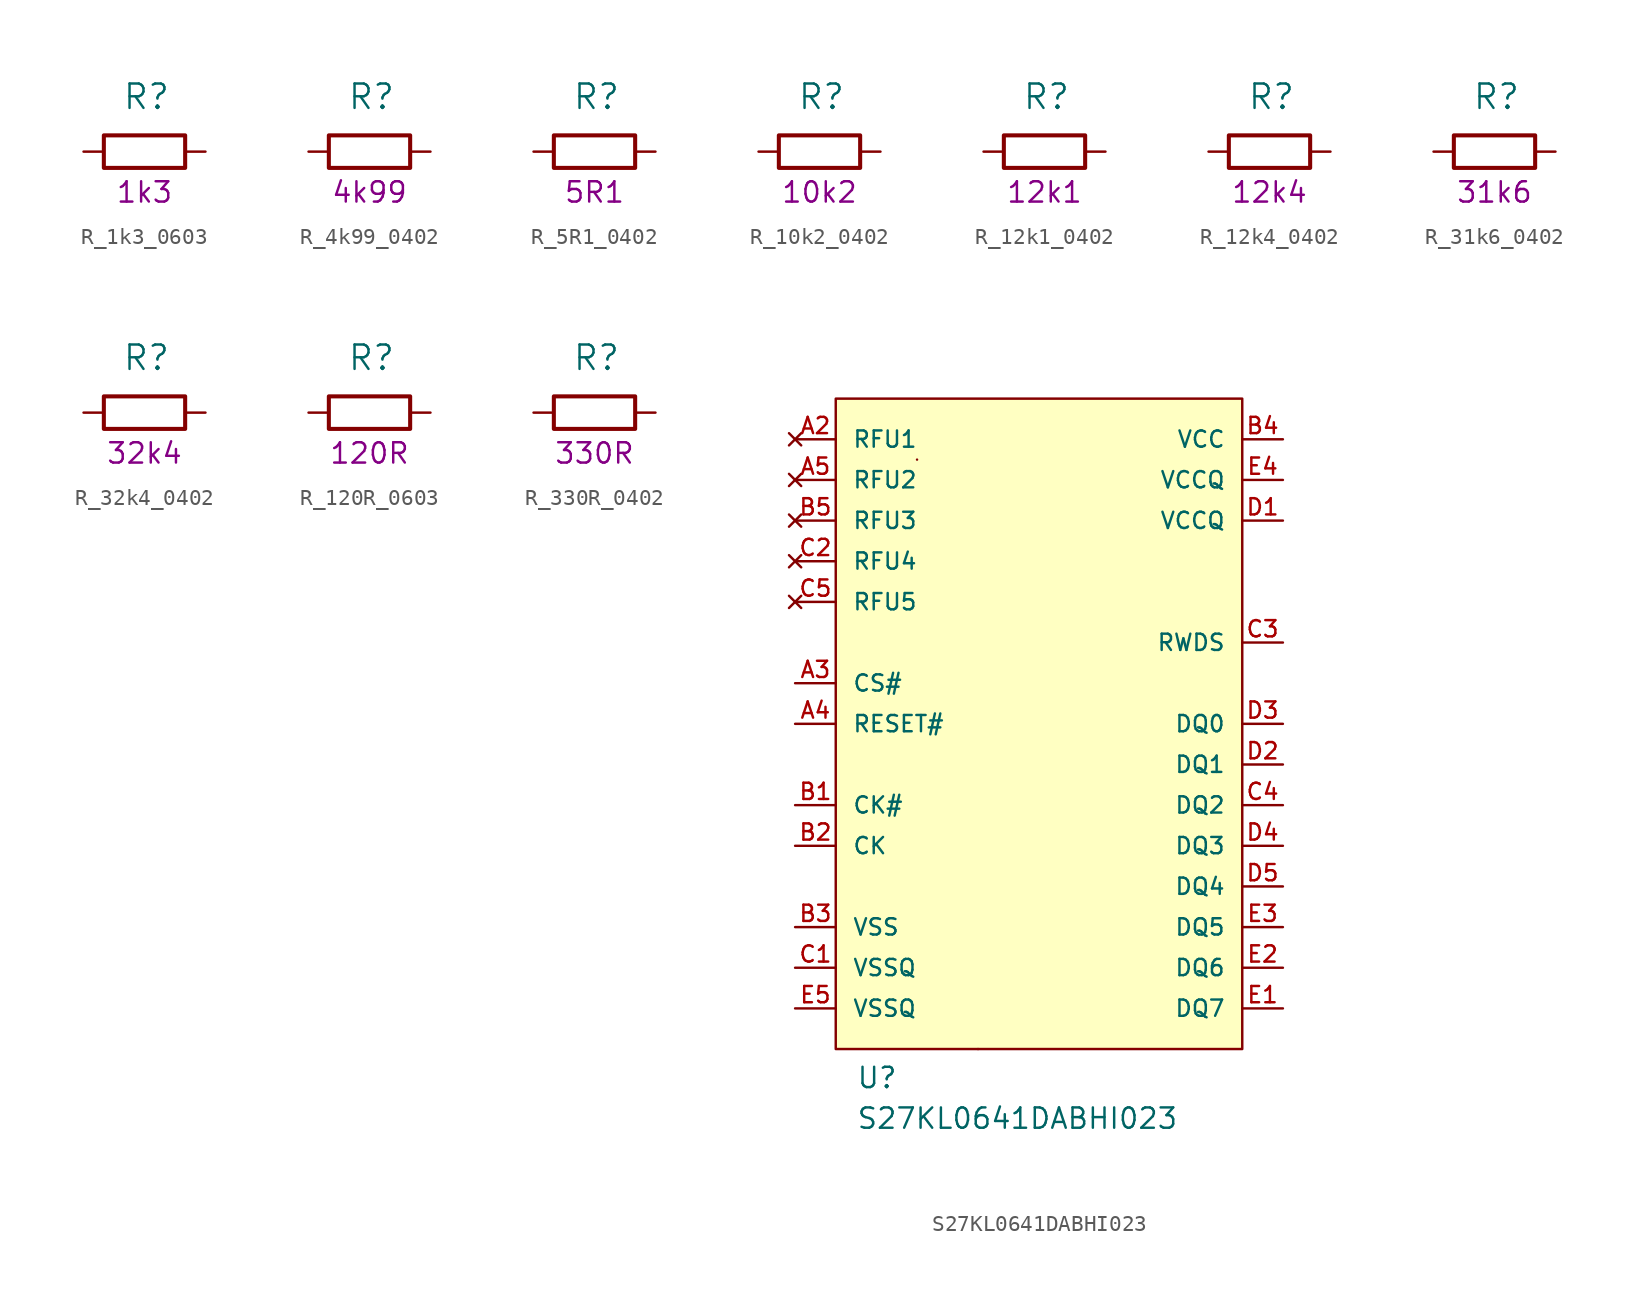
<source format=kicad_sym>
(kicad_symbol_lib
  (version 20211014)
  (generator kicad_symbol_editor)
  (symbol "R_1k3_0603"
    (pin_names
      (offset 0))
    (property "Reference" "R"
      (at -1.397 3.429 0)
      (effects (font (size 1.524 1.524)) (justify left)))
    (property "Val" "1k3"
      (at 0 -2.54 0)
      (effects (font (size 1.27 1.27))))
    (symbol "R_1k3_0603_1_1"
      (rectangle (start 2.54 -1.016) (end -2.54 1.016) (stroke (width 0.254) (type default) (color 0 0 0 0)) (fill (type none)))
      (pin passive line (at -3.81 0 0) (length 1.27) (name "~" (effects (font (size 0 0)))) (number "1" (effects (font (size 0 0)))))
      (pin passive line (at 3.81 0 180) (length 1.27) (name "~" (effects (font (size 0 0)))) (number "2" (effects (font (size 0 0)))))))
  (symbol "R_4k99_0402"
    (pin_names
      (offset 0))
    (property "Reference" "R"
      (at -1.397 3.429 0)
      (effects (font (size 1.524 1.524)) (justify left)))
    (property "Val" "4k99"
      (at 0 -2.54 0)
      (effects (font (size 1.27 1.27))))
    (symbol "R_4k99_0402_1_1"
      (rectangle (start 2.54 -1.016) (end -2.54 1.016) (stroke (width 0.254) (type default) (color 0 0 0 0)) (fill (type none)))
      (pin passive line (at -3.81 0 0) (length 1.27) (name "~" (effects (font (size 0 0)))) (number "1" (effects (font (size 0 0)))))
      (pin passive line (at 3.81 0 180) (length 1.27) (name "~" (effects (font (size 0 0)))) (number "2" (effects (font (size 0 0)))))))
  (symbol "R_5R1_0402"
    (pin_names
      (offset 0))
    (property "Reference" "R"
      (at -1.397 3.429 0)
      (effects (font (size 1.524 1.524)) (justify left)))
    (property "Val" "5R1"
      (at 0 -2.54 0)
      (effects (font (size 1.27 1.27))))
    (symbol "R_5R1_0402_1_1"
      (rectangle (start 2.54 -1.016) (end -2.54 1.016) (stroke (width 0.254) (type default) (color 0 0 0 0)) (fill (type none)))
      (pin passive line (at -3.81 0 0) (length 1.27) (name "~" (effects (font (size 0 0)))) (number "1" (effects (font (size 0 0)))))
      (pin passive line (at 3.81 0 180) (length 1.27) (name "~" (effects (font (size 0 0)))) (number "2" (effects (font (size 0 0)))))))
  (symbol "R_10k2_0402"
    (pin_names
      (offset 0))
    (property "Reference" "R"
      (at -1.397 3.429 0)
      (effects (font (size 1.524 1.524)) (justify left)))
    (property "Val" "10k2"
      (at 0 -2.54 0)
      (effects (font (size 1.27 1.27))))
    (symbol "R_10k2_0402_1_1"
      (rectangle (start 2.54 -1.016) (end -2.54 1.016) (stroke (width 0.254) (type default) (color 0 0 0 0)) (fill (type none)))
      (pin passive line (at -3.81 0 0) (length 1.27) (name "~" (effects (font (size 0 0)))) (number "1" (effects (font (size 0 0)))))
      (pin passive line (at 3.81 0 180) (length 1.27) (name "~" (effects (font (size 0 0)))) (number "2" (effects (font (size 0 0)))))))
  (symbol "R_12k1_0402"
    (pin_names
      (offset 0))
    (property "Reference" "R"
      (at -1.397 3.429 0)
      (effects (font (size 1.524 1.524)) (justify left)))
    (property "Val" "12k1"
      (at 0 -2.54 0)
      (effects (font (size 1.27 1.27))))
    (symbol "R_12k1_0402_1_1"
      (rectangle (start 2.54 -1.016) (end -2.54 1.016) (stroke (width 0.254) (type default) (color 0 0 0 0)) (fill (type none)))
      (pin passive line (at -3.81 0 0) (length 1.27) (name "~" (effects (font (size 0 0)))) (number "1" (effects (font (size 0 0)))))
      (pin passive line (at 3.81 0 180) (length 1.27) (name "~" (effects (font (size 0 0)))) (number "2" (effects (font (size 0 0)))))))
  (symbol "R_12k4_0402"
    (pin_names
      (offset 0))
    (property "Reference" "R"
      (at -1.397 3.429 0)
      (effects (font (size 1.524 1.524)) (justify left)))
    (property "Val" "12k4"
      (at 0 -2.54 0)
      (effects (font (size 1.27 1.27))))
    (symbol "R_12k4_0402_1_1"
      (rectangle (start 2.54 -1.016) (end -2.54 1.016) (stroke (width 0.254) (type default) (color 0 0 0 0)) (fill (type none)))
      (pin passive line (at -3.81 0 0) (length 1.27) (name "~" (effects (font (size 0 0)))) (number "1" (effects (font (size 0 0)))))
      (pin passive line (at 3.81 0 180) (length 1.27) (name "~" (effects (font (size 0 0)))) (number "2" (effects (font (size 0 0)))))))
  (symbol "R_31k6_0402"
    (pin_names
      (offset 0))
    (property "Reference" "R"
      (at -1.397 3.429 0)
      (effects (font (size 1.524 1.524)) (justify left)))
    (property "Val" "31k6"
      (at 0 -2.54 0)
      (effects (font (size 1.27 1.27))))
    (symbol "R_31k6_0402_1_1"
      (rectangle (start 2.54 -1.016) (end -2.54 1.016) (stroke (width 0.254) (type default) (color 0 0 0 0)) (fill (type none)))
      (pin passive line (at -3.81 0 0) (length 1.27) (name "~" (effects (font (size 0 0)))) (number "1" (effects (font (size 0 0)))))
      (pin passive line (at 3.81 0 180) (length 1.27) (name "~" (effects (font (size 0 0)))) (number "2" (effects (font (size 0 0)))))))
  (symbol "R_32k4_0402"
    (pin_names
      (offset 0))
    (property "Reference" "R"
      (at -1.397 3.429 0)
      (effects (font (size 1.524 1.524)) (justify left)))
    (property "Val" "32k4"
      (at 0 -2.54 0)
      (effects (font (size 1.27 1.27))))
    (symbol "R_32k4_0402_1_1"
      (rectangle (start 2.54 -1.016) (end -2.54 1.016) (stroke (width 0.254) (type default) (color 0 0 0 0)) (fill (type none)))
      (pin passive line (at -3.81 0 0) (length 1.27) (name "~" (effects (font (size 0 0)))) (number "1" (effects (font (size 0 0)))))
      (pin passive line (at 3.81 0 180) (length 1.27) (name "~" (effects (font (size 0 0)))) (number "2" (effects (font (size 0 0)))))))
  (symbol "R_120R_0603"
    (pin_names
      (offset 0))
    (property "Reference" "R"
      (at -1.397 3.429 0)
      (effects (font (size 1.524 1.524)) (justify left)))
    (property "Val" "120R"
      (at 0 -2.54 0)
      (effects (font (size 1.27 1.27))))
    (symbol "R_120R_0603_1_1"
      (rectangle (start 2.54 -1.016) (end -2.54 1.016) (stroke (width 0.254) (type default) (color 0 0 0 0)) (fill (type none)))
      (pin passive line (at -3.81 0 0) (length 1.27) (name "~" (effects (font (size 0 0)))) (number "1" (effects (font (size 0 0)))))
      (pin passive line (at 3.81 0 180) (length 1.27) (name "~" (effects (font (size 0 0)))) (number "2" (effects (font (size 0 0)))))))
  (symbol "R_330R_0402"
    (pin_names
      (offset 0))
    (property "Reference" "R"
      (at -1.397 3.429 0)
      (effects (font (size 1.524 1.524)) (justify left)))
    (property "Val" "330R"
      (at 0 -2.54 0)
      (effects (font (size 1.27 1.27))))
    (symbol "R_330R_0402_1_1"
      (rectangle (start 2.54 -1.016) (end -2.54 1.016) (stroke (width 0.254) (type default) (color 0 0 0 0)) (fill (type none)))
      (pin passive line (at -3.81 0 0) (length 1.27) (name "~" (effects (font (size 0 0)))) (number "1" (effects (font (size 0 0)))))
      (pin passive line (at 3.81 0 180) (length 1.27) (name "~" (effects (font (size 0 0)))) (number "2" (effects (font (size 0 0)))))))
  (symbol "S27KL0641DABHI023"
    (pin_names
      (offset 1.016))
    (property "Reference" "U"
      (at -11.43 -22.86 0)
      (effects (font (size 1.27 1.27)) (justify left bottom)))
    (property "Value" "S27KL0641DABHI023"
      (at -11.43 -25.4 0)
      (effects (font (size 1.27 1.27)) (justify left bottom)))
    (symbol "S27KL0641DABHI023_0_0"
      (pin power_in line (at -15.24 -12.7 0) (length 2.54) (name "VSS" (effects (font (size 1.016 1.016)))) (number "B3" (effects (font (size 1.016 1.016)))))
      (pin power_in line (at 15.24 17.78 180) (length 2.54) (name "VCC" (effects (font (size 1.016 1.016)))) (number "B4" (effects (font (size 1.016 1.016)))))
      (pin no_connect line (at -15.24 12.7 0) (length 2.54) (name "RFU3" (effects (font (size 1.016 1.016)))) (number "B5" (effects (font (size 1.016 1.016)))))
      (pin power_in line (at -15.24 -15.24 0) (length 2.54) (name "VSSQ" (effects (font (size 1.016 1.016)))) (number "C1" (effects (font (size 1.016 1.016)))))
      (pin no_connect line (at -15.24 10.16 0) (length 2.54) (name "RFU4" (effects (font (size 1.016 1.016)))) (number "C2" (effects (font (size 1.016 1.016)))))
      (pin bidirectional line (at 15.24 5.08 180) (length 2.54) (name "RWDS" (effects (font (size 1.016 1.016)))) (number "C3" (effects (font (size 1.016 1.016)))))
      (pin bidirectional line (at 15.24 -5.08 180) (length 2.54) (name "DQ2" (effects (font (size 1.016 1.016)))) (number "C4" (effects (font (size 1.016 1.016)))))
      (pin no_connect line (at -15.24 7.62 0) (length 2.54) (name "RFU5" (effects (font (size 1.016 1.016)))) (number "C5" (effects (font (size 1.016 1.016)))))
      (pin power_in line (at 15.24 12.7 180) (length 2.54) (name "VCCQ" (effects (font (size 1.016 1.016)))) (number "D1" (effects (font (size 1.016 1.016)))))
      (pin bidirectional line (at 15.24 -2.54 180) (length 2.54) (name "DQ1" (effects (font (size 1.016 1.016)))) (number "D2" (effects (font (size 1.016 1.016)))))
      (pin bidirectional line (at 15.24 0 180) (length 2.54) (name "DQ0" (effects (font (size 1.016 1.016)))) (number "D3" (effects (font (size 1.016 1.016)))))
      (pin bidirectional line (at 15.24 -7.62 180) (length 2.54) (name "DQ3" (effects (font (size 1.016 1.016)))) (number "D4" (effects (font (size 1.016 1.016)))))
      (pin bidirectional line (at 15.24 -10.16 180) (length 2.54) (name "DQ4" (effects (font (size 1.016 1.016)))) (number "D5" (effects (font (size 1.016 1.016)))))
      (pin bidirectional line (at 15.24 -17.78 180) (length 2.54) (name "DQ7" (effects (font (size 1.016 1.016)))) (number "E1" (effects (font (size 1.016 1.016)))))
      (pin bidirectional line (at 15.24 -15.24 180) (length 2.54) (name "DQ6" (effects (font (size 1.016 1.016)))) (number "E2" (effects (font (size 1.016 1.016)))))
      (pin bidirectional line (at 15.24 -12.7 180) (length 2.54) (name "DQ5" (effects (font (size 1.016 1.016)))) (number "E3" (effects (font (size 1.016 1.016)))))
      (pin power_in line (at 15.24 15.24 180) (length 2.54) (name "VCCQ" (effects (font (size 1.016 1.016)))) (number "E4" (effects (font (size 1.016 1.016)))))
      (pin power_in line (at -15.24 -17.78 0) (length 2.54) (name "VSSQ" (effects (font (size 1.016 1.016)))) (number "E5" (effects (font (size 1.016 1.016))))))
    (symbol "S27KL0641DABHI023_0_1"
      (rectangle (start -12.7 20.32) (end 12.7 -20.32) (stroke (width 0) (type default) (color 0 0 0 0)) (fill (type background)))
      (rectangle (start -7.62 16.51) (end -7.62 16.51) (stroke (width 0) (type default) (color 0 0 0 0)) (fill (type none)))
      (rectangle (start -3.81 -20.32) (end -3.81 -20.32) (stroke (width 0) (type default) (color 0 0 0 0)) (fill (type none))))
    (symbol "S27KL0641DABHI023_1_1"
      (pin no_connect line (at -15.24 17.78 0) (length 2.54) (name "RFU1" (effects (font (size 1.016 1.016)))) (number "A2" (effects (font (size 1.016 1.016)))))
      (pin input line (at -15.24 2.54 0) (length 2.54) (name "CS#" (effects (font (size 1.016 1.016)))) (number "A3" (effects (font (size 1.016 1.016)))))
      (pin input line (at -15.24 0 0) (length 2.54) (name "RESET#" (effects (font (size 1.016 1.016)))) (number "A4" (effects (font (size 1.016 1.016)))))
      (pin no_connect line (at -15.24 15.24 0) (length 2.54) (name "RFU2" (effects (font (size 1.016 1.016)))) (number "A5" (effects (font (size 1.016 1.016)))))
      (pin input line (at -15.24 -5.08 0) (length 2.54) (name "CK#" (effects (font (size 1.016 1.016)))) (number "B1" (effects (font (size 1.016 1.016)))))
      (pin input line (at -15.24 -7.62 0) (length 2.54) (name "CK" (effects (font (size 1.016 1.016)))) (number "B2" (effects (font (size 1.016 1.016))))))))
</source>
